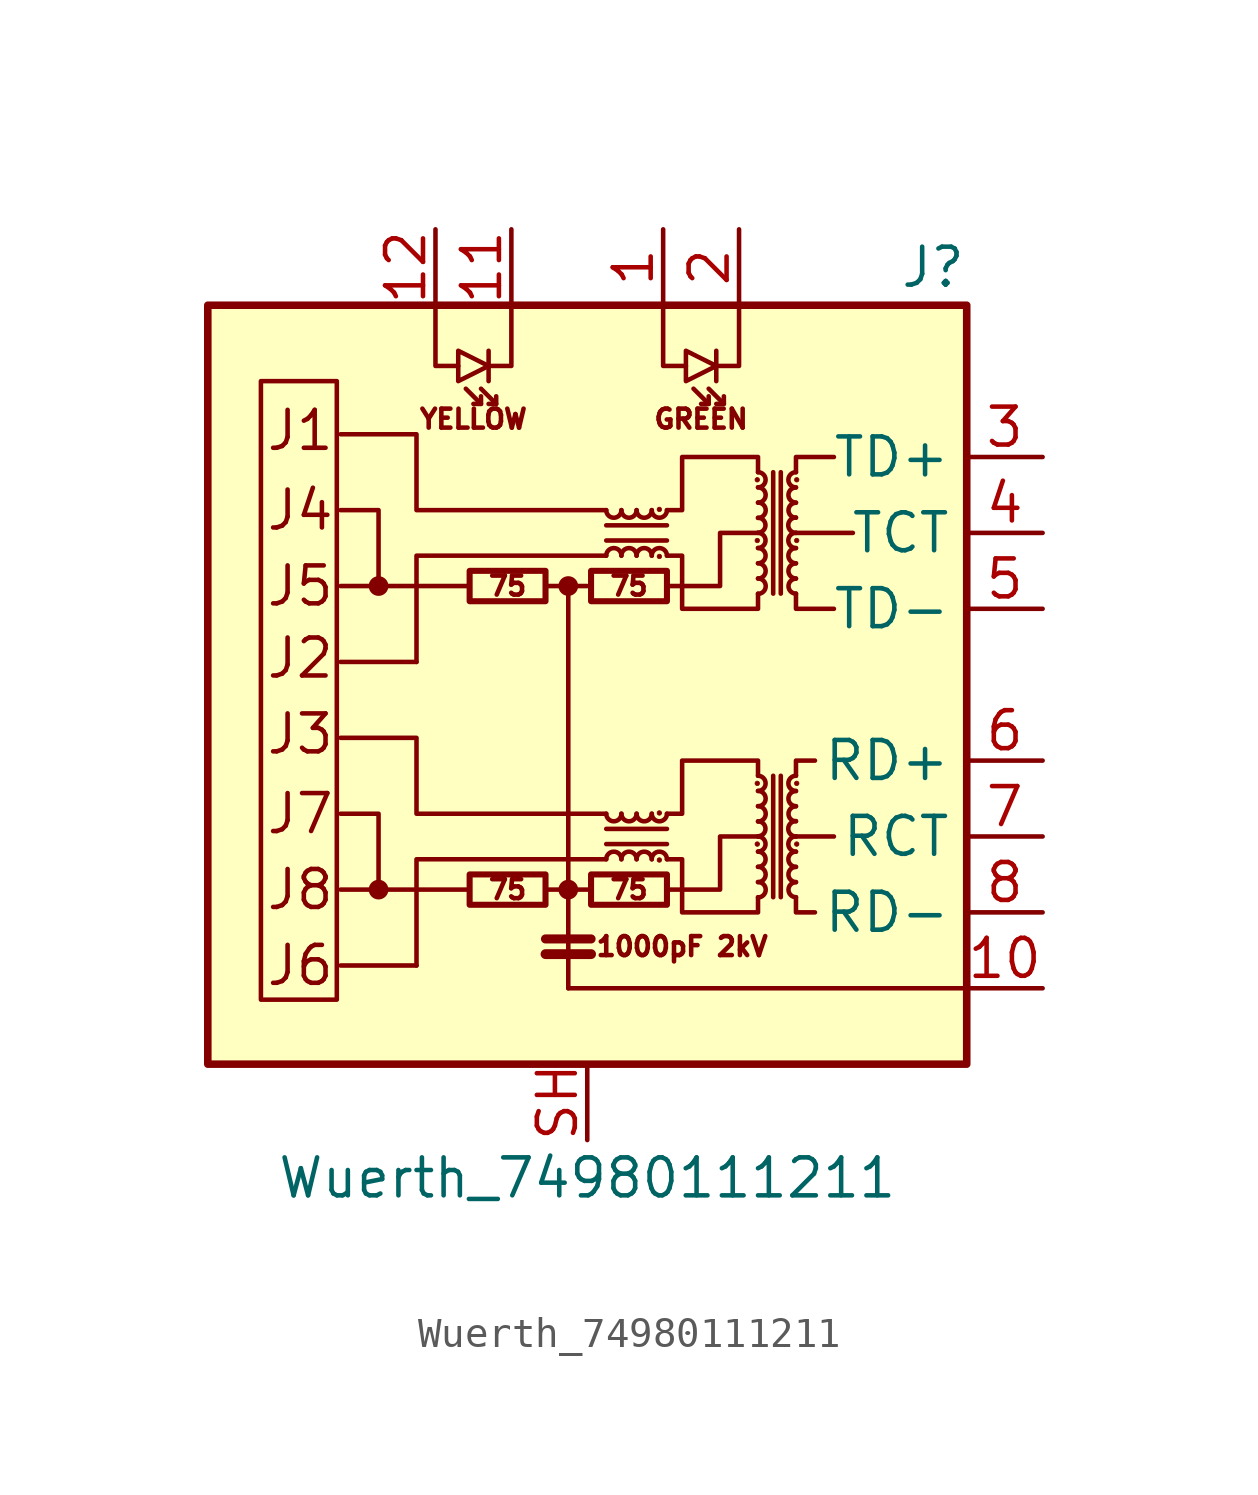
<source format=kicad_sym>
(kicad_symbol_lib
  (version 20220914)
  (generator kicad_symbol_editor)
  (symbol "Wuerth_74980111211"
    (property "Reference" "J"
      (at 12.7 13.97 0)
      (effects (font (size 1.27 1.27)) (justify right)))
    (property "Value" "Wuerth_74980111211"
      (at 0 -16.51 0)
      (effects (font (size 1.27 1.27))))
    (symbol "Wuerth_74980111211_0_0"
      (rectangle (start -12.7 12.7) (end 12.7 -12.7) (stroke (width 0.254) (type solid)) (fill (type background)))
      (polyline (pts (xy -3.937 -6.858) (xy -8.255 -6.858)) (stroke (width 0) (type solid)) (fill (type none)))
      (polyline (pts (xy -3.937 3.302) (xy -8.255 3.302)) (stroke (width 0) (type solid)) (fill (type none)))
      (polyline (pts (xy -0.635 -10.16) (xy 12.7 -10.16)) (stroke (width 0) (type solid)) (fill (type none)))
      (polyline (pts (xy 8.255 -5.08) (xy 6.985 -5.08)) (stroke (width 0) (type solid)) (fill (type none)))
      (polyline (pts (xy 8.89 5.08) (xy 6.985 5.08)) (stroke (width 0) (type solid)) (fill (type none)))
      (polyline (pts (xy 0.635 -4.318) (xy -5.715 -4.318) (xy -5.715 -1.778) (xy -8.255 -1.778)) (stroke (width 0) (type solid)) (fill (type none)))
      (polyline (pts (xy 0.635 5.842) (xy -5.715 5.842) (xy -5.715 8.382) (xy -8.255 8.382)) (stroke (width 0) (type solid)) (fill (type none)))
      (polyline (pts (xy 2.667 -6.858) (xy 4.445 -6.858) (xy 4.445 -5.08) (xy 5.715 -5.08)) (stroke (width 0) (type solid)) (fill (type none)))
      (polyline (pts (xy 2.667 3.302) (xy 4.445 3.302) (xy 4.445 5.08) (xy 5.715 5.08)) (stroke (width 0) (type solid)) (fill (type none)))
      (text "1000pF 2kV" (at 3.175 -8.763 0) (effects (font (size 0.635 0.635))))
      (text "75" (at -2.667 -6.858 0) (effects (font (size 0.635 0.635))))
      (text "75" (at -2.667 3.302 0) (effects (font (size 0.635 0.635))))
      (text "75" (at 1.397 -6.858 0) (effects (font (size 0.635 0.635))))
      (text "75" (at 1.397 3.302 0) (effects (font (size 0.635 0.635))))
      (text "GREEN" (at 3.81 8.89 0) (effects (font (size 0.635 0.635))))
      (text "J1" (at -10.795 8.509 0) (effects (font (size 1.27 1.27)) (justify left)))
      (text "J2" (at -10.795 0.889 0) (effects (font (size 1.27 1.27)) (justify left)))
      (text "J3" (at -10.795 -1.651 0) (effects (font (size 1.27 1.27)) (justify left)))
      (text "J4" (at -10.795 5.842 0) (effects (font (size 1.27 1.27)) (justify left)))
      (text "J5" (at -10.795 3.302 0) (effects (font (size 1.27 1.27)) (justify left)))
      (text "J6" (at -10.795 -9.398 0) (effects (font (size 1.27 1.27)) (justify left)))
      (text "J7" (at -10.795 -4.318 0) (effects (font (size 1.27 1.27)) (justify left)))
      (text "J8" (at -10.795 -6.858 0) (effects (font (size 1.27 1.27)) (justify left)))
      (text "YELLOW" (at -3.81 8.89 0) (effects (font (size 0.635 0.635)))))
    (symbol "Wuerth_74980111211_0_1"
      (rectangle (start -8.382 -10.541) (end -10.922 10.16) (stroke (width 0) (type solid)) (fill (type none)))
      (circle (center -6.985 -6.858) (radius 0.254) (stroke (width 0) (type solid)) (fill (type outline)))
      (circle (center -6.985 3.302) (radius 0.254) (stroke (width 0) (type solid)) (fill (type outline)))
      (rectangle (start -3.937 -7.366) (end -1.397 -6.35) (stroke (width 0.203) (type solid)) (fill (type none)))
      (rectangle (start -3.937 2.794) (end -1.397 3.81) (stroke (width 0.203) (type solid)) (fill (type none)))
      (circle (center -0.635 -6.858) (radius 0.254) (stroke (width 0) (type solid)) (fill (type outline)))
      (circle (center -0.635 3.302) (radius 0.254) (stroke (width 0) (type solid)) (fill (type outline)))
      (polyline (pts (xy -5.715 -9.398) (xy -8.255 -9.398)) (stroke (width 0) (type solid)) (fill (type none)))
      (polyline (pts (xy -5.715 0.762) (xy -8.255 0.762)) (stroke (width 0) (type solid)) (fill (type none)))
      (polyline (pts (xy -3.556 9.398) (xy -4.064 9.906)) (stroke (width 0) (type solid)) (fill (type none)))
      (polyline (pts (xy -3.302 11.176) (xy -3.302 10.16)) (stroke (width 0) (type solid)) (fill (type none)))
      (polyline (pts (xy -3.048 9.398) (xy -3.556 9.906)) (stroke (width 0) (type solid)) (fill (type none)))
      (polyline (pts (xy -1.397 -9.017) (xy 0.127 -9.017)) (stroke (width 0.33) (type solid)) (fill (type none)))
      (polyline (pts (xy -1.397 -8.509) (xy 0.127 -8.509)) (stroke (width 0.305) (type solid)) (fill (type none)))
      (polyline (pts (xy -0.635 3.302) (xy -1.397 3.302)) (stroke (width 0) (type solid)) (fill (type none)))
      (polyline (pts (xy 0.127 -6.858) (xy -1.397 -6.858)) (stroke (width 0) (type solid)) (fill (type none)))
      (polyline (pts (xy 0.635 -5.334) (xy 2.667 -5.334)) (stroke (width 0) (type solid)) (fill (type none)))
      (polyline (pts (xy 0.635 4.826) (xy 2.667 4.826)) (stroke (width 0) (type solid)) (fill (type none)))
      (polyline (pts (xy 2.667 -4.826) (xy 0.635 -4.826)) (stroke (width 0) (type solid)) (fill (type none)))
      (polyline (pts (xy 2.667 5.334) (xy 0.635 5.334)) (stroke (width 0) (type solid)) (fill (type none)))
      (polyline (pts (xy 4.064 9.398) (xy 3.556 9.906)) (stroke (width 0) (type solid)) (fill (type none)))
      (polyline (pts (xy 4.318 11.176) (xy 4.318 10.16)) (stroke (width 0) (type solid)) (fill (type none)))
      (polyline (pts (xy 4.572 9.398) (xy 4.064 9.906)) (stroke (width 0) (type solid)) (fill (type none)))
      (polyline (pts (xy 6.223 -3.048) (xy 6.223 -7.112)) (stroke (width 0) (type solid)) (fill (type none)))
      (polyline (pts (xy 6.223 7.112) (xy 6.223 3.048)) (stroke (width 0) (type solid)) (fill (type none)))
      (polyline (pts (xy 6.477 -7.112) (xy 6.477 -3.048)) (stroke (width 0) (type solid)) (fill (type none)))
      (polyline (pts (xy 6.477 3.048) (xy 6.477 7.112)) (stroke (width 0) (type solid)) (fill (type none)))
      (polyline (pts (xy -6.985 -6.858) (xy -6.985 -4.318) (xy -8.255 -4.318)) (stroke (width 0) (type solid)) (fill (type none)))
      (polyline (pts (xy -6.985 3.302) (xy -6.985 5.842) (xy -8.255 5.842)) (stroke (width 0) (type solid)) (fill (type none)))
      (polyline (pts (xy -5.08 12.7) (xy -5.08 10.668) (xy -4.318 10.668)) (stroke (width 0) (type solid)) (fill (type none)))
      (polyline (pts (xy -3.556 9.652) (xy -3.556 9.398) (xy -3.81 9.398)) (stroke (width 0) (type solid)) (fill (type none)))
      (polyline (pts (xy -3.048 9.652) (xy -3.048 9.398) (xy -3.302 9.398)) (stroke (width 0) (type solid)) (fill (type none)))
      (polyline (pts (xy -2.54 12.7) (xy -2.54 10.668) (xy -3.302 10.668)) (stroke (width 0) (type solid)) (fill (type none)))
      (polyline (pts (xy -0.635 -10.16) (xy -0.635 3.302) (xy 0 3.302)) (stroke (width 0) (type solid)) (fill (type none)))
      (polyline (pts (xy 0.635 -5.842) (xy -5.715 -5.842) (xy -5.715 -9.398)) (stroke (width 0) (type solid)) (fill (type none)))
      (polyline (pts (xy 0.635 4.318) (xy -5.715 4.318) (xy -5.715 0.762)) (stroke (width 0) (type solid)) (fill (type none)))
      (polyline (pts (xy 2.54 12.7) (xy 2.54 10.668) (xy 3.302 10.668)) (stroke (width 0) (type solid)) (fill (type none)))
      (polyline (pts (xy 4.064 9.652) (xy 4.064 9.398) (xy 3.81 9.398)) (stroke (width 0) (type solid)) (fill (type none)))
      (polyline (pts (xy 4.572 9.652) (xy 4.572 9.398) (xy 4.318 9.398)) (stroke (width 0) (type solid)) (fill (type none)))
      (polyline (pts (xy 5.08 12.7) (xy 5.08 10.668) (xy 4.318 10.668)) (stroke (width 0) (type solid)) (fill (type none)))
      (polyline (pts (xy 6.985 -7.112) (xy 6.985 -7.62) (xy 7.62 -7.62)) (stroke (width 0) (type solid)) (fill (type none)))
      (polyline (pts (xy 6.985 -3.048) (xy 6.985 -2.54) (xy 7.62 -2.54)) (stroke (width 0) (type solid)) (fill (type none)))
      (polyline (pts (xy 6.985 3.048) (xy 6.985 2.54) (xy 8.255 2.54)) (stroke (width 0) (type solid)) (fill (type none)))
      (polyline (pts (xy 6.985 7.112) (xy 6.985 7.62) (xy 8.255 7.62)) (stroke (width 0) (type solid)) (fill (type none)))
      (polyline (pts (xy -3.302 10.668) (xy -4.318 11.176) (xy -4.318 10.16) (xy -3.302 10.668)) (stroke (width 0) (type solid)) (fill (type none)))
      (polyline (pts (xy 4.318 10.668) (xy 3.302 11.176) (xy 3.302 10.16) (xy 4.318 10.668)) (stroke (width 0) (type solid)) (fill (type none)))
      (polyline (pts (xy 2.667 -4.318) (xy 3.175 -4.318) (xy 3.175 -2.54) (xy 5.715 -2.54) (xy 5.715 -3.048)) (stroke (width 0) (type solid)) (fill (type none)))
      (polyline (pts (xy 2.667 5.842) (xy 3.175 5.842) (xy 3.175 7.62) (xy 5.715 7.62) (xy 5.715 7.112)) (stroke (width 0) (type solid)) (fill (type none)))
      (polyline (pts (xy 5.715 -7.112) (xy 5.715 -7.62) (xy 3.175 -7.62) (xy 3.175 -5.842) (xy 2.667 -5.842)) (stroke (width 0) (type solid)) (fill (type none)))
      (polyline (pts (xy 5.715 3.048) (xy 5.715 2.54) (xy 3.175 2.54) (xy 3.175 4.318) (xy 2.667 4.318)) (stroke (width 0) (type solid)) (fill (type none)))
      (rectangle (start 0.127 -7.366) (end 2.667 -6.35) (stroke (width 0.203) (type solid)) (fill (type none)))
      (rectangle (start 0.127 2.794) (end 2.667 3.81) (stroke (width 0.203) (type solid)) (fill (type none)))
      (arc (start 0.635 -4.318) (mid 0.889 -4.5709) (end 1.143 -4.318) (stroke (width 0) (type solid)) (fill (type none)))
      (arc (start 0.635 5.842) (mid 0.889 5.5891) (end 1.143 5.842) (stroke (width 0) (type solid)) (fill (type none)))
      (arc (start 1.143 -5.842) (mid 0.889 -5.5891) (end 0.635 -5.842) (stroke (width 0) (type solid)) (fill (type none)))
      (arc (start 1.143 -4.318) (mid 1.397 -4.5709) (end 1.651 -4.318) (stroke (width 0) (type solid)) (fill (type none)))
      (arc (start 1.143 4.318) (mid 0.889 4.5709) (end 0.635 4.318) (stroke (width 0) (type solid)) (fill (type none)))
      (arc (start 1.143 5.842) (mid 1.397 5.5891) (end 1.651 5.842) (stroke (width 0) (type solid)) (fill (type none)))
      (arc (start 1.651 -5.842) (mid 1.397 -5.5891) (end 1.143 -5.842) (stroke (width 0) (type solid)) (fill (type none)))
      (arc (start 1.651 -4.318) (mid 1.905 -4.5709) (end 2.159 -4.318) (stroke (width 0) (type solid)) (fill (type none)))
      (arc (start 1.651 4.318) (mid 1.397 4.5709) (end 1.143 4.318) (stroke (width 0) (type solid)) (fill (type none)))
      (arc (start 1.651 5.842) (mid 1.905 5.5891) (end 2.159 5.842) (stroke (width 0) (type solid)) (fill (type none)))
      (arc (start 2.159 -5.842) (mid 1.905 -5.5891) (end 1.651 -5.842) (stroke (width 0) (type solid)) (fill (type none)))
      (arc (start 2.159 -4.318) (mid 2.413 -4.5709) (end 2.667 -4.318) (stroke (width 0) (type solid)) (fill (type none)))
      (arc (start 2.159 4.318) (mid 1.905 4.5709) (end 1.651 4.318) (stroke (width 0) (type solid)) (fill (type none)))
      (arc (start 2.159 5.842) (mid 2.413 5.5891) (end 2.667 5.842) (stroke (width 0) (type solid)) (fill (type none)))
      (circle (center 2.413 -5.867) (radius 0.076) (stroke (width 0.025) (type solid)) (fill (type outline)))
      (circle (center 2.413 -4.293) (radius 0.076) (stroke (width 0.025) (type solid)) (fill (type outline)))
      (circle (center 2.413 4.293) (radius 0.076) (stroke (width 0.025) (type solid)) (fill (type outline)))
      (circle (center 2.413 5.867) (radius 0.076) (stroke (width 0.025) (type solid)) (fill (type outline)))
      (arc (start 2.667 -5.842) (mid 2.413 -5.5891) (end 2.159 -5.842) (stroke (width 0) (type solid)) (fill (type none)))
      (arc (start 2.667 4.318) (mid 2.413 4.5709) (end 2.159 4.318) (stroke (width 0) (type solid)) (fill (type none)))
      (circle (center 5.69 -5.334) (radius 0.076) (stroke (width 0.025) (type solid)) (fill (type outline)))
      (circle (center 5.69 -3.302) (radius 0.076) (stroke (width 0.025) (type solid)) (fill (type outline)))
      (circle (center 5.69 4.826) (radius 0.076) (stroke (width 0.025) (type solid)) (fill (type outline)))
      (circle (center 5.69 6.858) (radius 0.076) (stroke (width 0.025) (type solid)) (fill (type outline)))
      (arc (start 5.715 -7.112) (mid 5.9679 -6.858) (end 5.715 -6.604) (stroke (width 0) (type solid)) (fill (type none)))
      (arc (start 5.715 -6.604) (mid 5.9679 -6.35) (end 5.715 -6.096) (stroke (width 0) (type solid)) (fill (type none)))
      (arc (start 5.715 -6.096) (mid 5.9679 -5.842) (end 5.715 -5.588) (stroke (width 0) (type solid)) (fill (type none)))
      (arc (start 5.715 -5.588) (mid 5.9679 -5.334) (end 5.715 -5.08) (stroke (width 0) (type solid)) (fill (type none)))
      (arc (start 5.715 -5.08) (mid 5.9679 -4.826) (end 5.715 -4.572) (stroke (width 0) (type solid)) (fill (type none)))
      (arc (start 5.715 -4.572) (mid 5.9679 -4.318) (end 5.715 -4.064) (stroke (width 0) (type solid)) (fill (type none)))
      (arc (start 5.715 -4.064) (mid 5.9679 -3.81) (end 5.715 -3.556) (stroke (width 0) (type solid)) (fill (type none)))
      (arc (start 5.715 -3.556) (mid 5.9679 -3.302) (end 5.715 -3.048) (stroke (width 0) (type solid)) (fill (type none)))
      (arc (start 5.715 3.048) (mid 5.9679 3.302) (end 5.715 3.556) (stroke (width 0) (type solid)) (fill (type none)))
      (arc (start 5.715 3.556) (mid 5.9679 3.81) (end 5.715 4.064) (stroke (width 0) (type solid)) (fill (type none)))
      (arc (start 5.715 4.064) (mid 5.9679 4.318) (end 5.715 4.572) (stroke (width 0) (type solid)) (fill (type none)))
      (arc (start 5.715 4.572) (mid 5.9679 4.826) (end 5.715 5.08) (stroke (width 0) (type solid)) (fill (type none)))
      (arc (start 5.715 5.08) (mid 5.9679 5.334) (end 5.715 5.588) (stroke (width 0) (type solid)) (fill (type none)))
      (arc (start 5.715 5.588) (mid 5.9679 5.842) (end 5.715 6.096) (stroke (width 0) (type solid)) (fill (type none)))
      (arc (start 5.715 6.096) (mid 5.9679 6.35) (end 5.715 6.604) (stroke (width 0) (type solid)) (fill (type none)))
      (arc (start 5.715 6.604) (mid 5.9679 6.858) (end 5.715 7.112) (stroke (width 0) (type solid)) (fill (type none)))
      (arc (start 6.985 -6.604) (mid 6.7321 -6.858) (end 6.985 -7.112) (stroke (width 0) (type solid)) (fill (type none)))
      (arc (start 6.985 -6.096) (mid 6.7321 -6.35) (end 6.985 -6.604) (stroke (width 0) (type solid)) (fill (type none)))
      (arc (start 6.985 -5.588) (mid 6.7321 -5.842) (end 6.985 -6.096) (stroke (width 0) (type solid)) (fill (type none)))
      (arc (start 6.985 -5.08) (mid 6.7321 -5.334) (end 6.985 -5.588) (stroke (width 0) (type solid)) (fill (type none)))
      (arc (start 6.985 -4.572) (mid 6.7321 -4.826) (end 6.985 -5.08) (stroke (width 0) (type solid)) (fill (type none)))
      (arc (start 6.985 -4.064) (mid 6.7321 -4.318) (end 6.985 -4.572) (stroke (width 0) (type solid)) (fill (type none)))
      (arc (start 6.985 -3.556) (mid 6.7321 -3.81) (end 6.985 -4.064) (stroke (width 0) (type solid)) (fill (type none)))
      (arc (start 6.985 -3.048) (mid 6.7321 -3.302) (end 6.985 -3.556) (stroke (width 0) (type solid)) (fill (type none)))
      (arc (start 6.985 3.556) (mid 6.7321 3.302) (end 6.985 3.048) (stroke (width 0) (type solid)) (fill (type none)))
      (arc (start 6.985 4.064) (mid 6.7321 3.81) (end 6.985 3.556) (stroke (width 0) (type solid)) (fill (type none)))
      (arc (start 6.985 4.572) (mid 6.7321 4.318) (end 6.985 4.064) (stroke (width 0) (type solid)) (fill (type none)))
      (arc (start 6.985 5.08) (mid 6.7321 4.826) (end 6.985 4.572) (stroke (width 0) (type solid)) (fill (type none)))
      (arc (start 6.985 5.588) (mid 6.7321 5.334) (end 6.985 5.08) (stroke (width 0) (type solid)) (fill (type none)))
      (arc (start 6.985 6.096) (mid 6.7321 5.842) (end 6.985 5.588) (stroke (width 0) (type solid)) (fill (type none)))
      (arc (start 6.985 6.604) (mid 6.7321 6.35) (end 6.985 6.096) (stroke (width 0) (type solid)) (fill (type none)))
      (arc (start 6.985 7.112) (mid 6.7321 6.858) (end 6.985 6.604) (stroke (width 0) (type solid)) (fill (type none)))
      (circle (center 7.01 -5.334) (radius 0.076) (stroke (width 0.025) (type solid)) (fill (type outline)))
      (circle (center 7.01 -3.302) (radius 0.076) (stroke (width 0.025) (type solid)) (fill (type outline)))
      (circle (center 7.01 4.826) (radius 0.076) (stroke (width 0.025) (type solid)) (fill (type outline)))
      (circle (center 7.01 6.858) (radius 0.076) (stroke (width 0.025) (type solid)) (fill (type outline))))
    (symbol "Wuerth_74980111211_1_1"
      (pin passive line (at 2.54 15.24 270) (length 2.54) (name "~" (effects (font (size 1.27 1.27)))) (number "1" (effects (font (size 1.27 1.27)))))
      (pin passive line (at 15.24 -10.16 180) (length 2.54) (name "~" (effects (font (size 1.27 1.27)))) (number "10" (effects (font (size 1.27 1.27)))))
      (pin passive line (at -2.54 15.24 270) (length 2.54) (name "~" (effects (font (size 1.27 1.27)))) (number "11" (effects (font (size 1.27 1.27)))))
      (pin passive line (at -5.08 15.24 270) (length 2.54) (name "~" (effects (font (size 1.27 1.27)))) (number "12" (effects (font (size 1.27 1.27)))))
      (pin passive line (at 5.08 15.24 270) (length 2.54) (name "~" (effects (font (size 1.27 1.27)))) (number "2" (effects (font (size 1.27 1.27)))))
      (pin passive line (at 15.24 7.62 180) (length 2.54) (name "TD+" (effects (font (size 1.27 1.27)))) (number "3" (effects (font (size 1.27 1.27)))))
      (pin passive line (at 15.24 5.08 180) (length 2.54) (name "TCT" (effects (font (size 1.27 1.27)))) (number "4" (effects (font (size 1.27 1.27)))))
      (pin passive line (at 15.24 2.54 180) (length 2.54) (name "TD-" (effects (font (size 1.27 1.27)))) (number "5" (effects (font (size 1.27 1.27)))))
      (pin passive line (at 15.24 -2.54 180) (length 2.54) (name "RD+" (effects (font (size 1.27 1.27)))) (number "6" (effects (font (size 1.27 1.27)))))
      (pin passive line (at 15.24 -5.08 180) (length 2.54) (name "RCT" (effects (font (size 1.27 1.27)))) (number "7" (effects (font (size 1.27 1.27)))))
      (pin passive line (at 15.24 -7.62 180) (length 2.54) (name "RD-" (effects (font (size 1.27 1.27)))) (number "8" (effects (font (size 1.27 1.27)))))
      (pin passive line (at 0 -15.24 90) (length 2.54) (name "~" (effects (font (size 1.27 1.27)))) (number "SH" (effects (font (size 1.27 1.27))))))))
</source>
